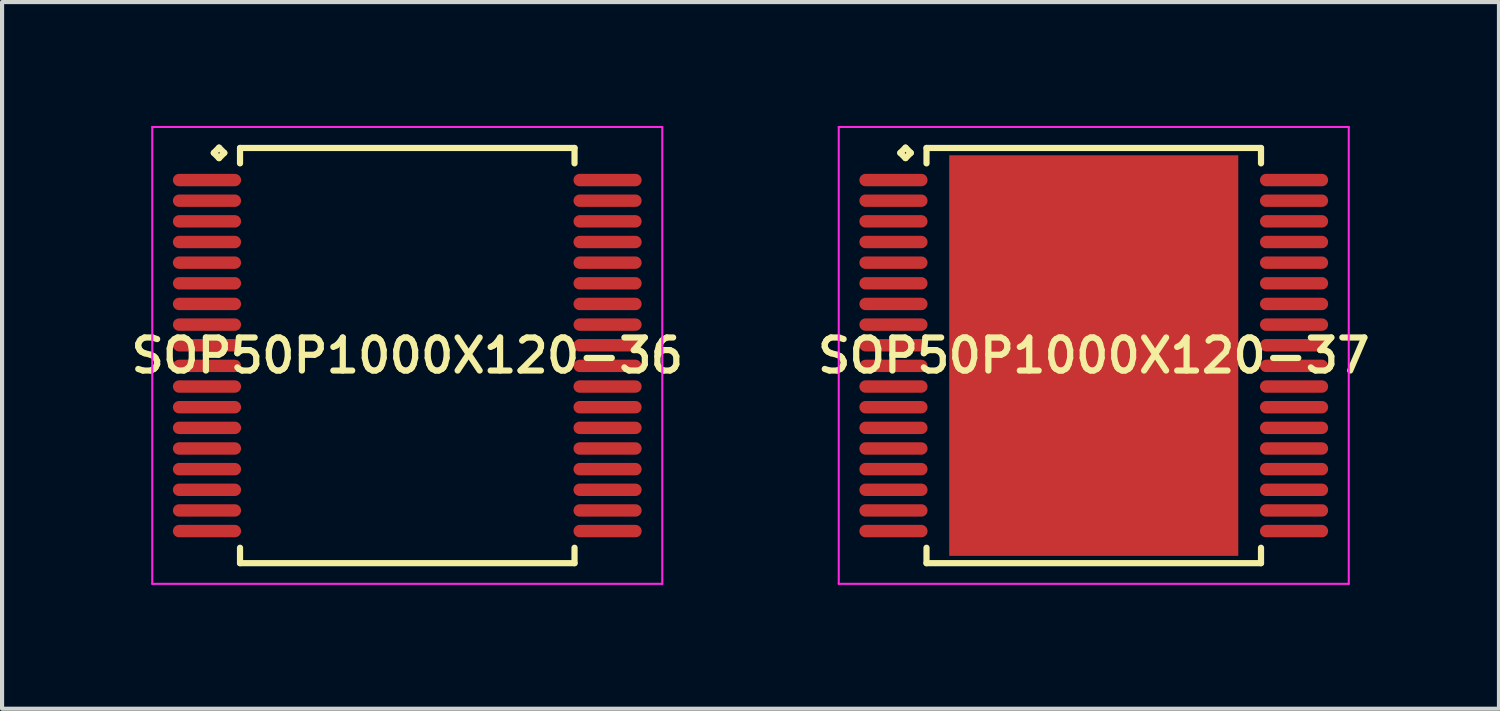
<source format=kicad_pcb>
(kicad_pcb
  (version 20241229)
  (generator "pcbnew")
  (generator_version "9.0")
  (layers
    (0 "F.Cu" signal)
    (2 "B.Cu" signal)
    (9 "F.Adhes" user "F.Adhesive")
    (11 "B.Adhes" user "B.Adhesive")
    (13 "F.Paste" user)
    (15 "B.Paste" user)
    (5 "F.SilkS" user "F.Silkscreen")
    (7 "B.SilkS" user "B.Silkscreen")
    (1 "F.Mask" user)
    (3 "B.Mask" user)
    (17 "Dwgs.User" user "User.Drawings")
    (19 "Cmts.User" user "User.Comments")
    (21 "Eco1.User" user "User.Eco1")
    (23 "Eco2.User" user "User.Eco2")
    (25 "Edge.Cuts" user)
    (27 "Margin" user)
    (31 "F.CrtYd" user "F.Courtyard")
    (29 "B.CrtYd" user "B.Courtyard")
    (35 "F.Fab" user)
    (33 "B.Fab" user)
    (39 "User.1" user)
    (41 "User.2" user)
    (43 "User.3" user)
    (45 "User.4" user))
  (footprint "SOP50P1000X120-37"
    (layer "F.Cu")
    (at 23.435 5.56)
    (property "Reference" "SOP50P1000X120-37" (at 0 0 0) (layer "F.SilkS") (effects (font (size 0.8 0.8) (thickness 0.15))))
    (attr smd)
    (fp_line (start -4.685 -4.908) (end -4.558 -5.035) (stroke (width 0.15) (type solid)) (layer "F.SilkS"))
    (fp_line (start -4.558 -5.035) (end -4.431 -4.908) (stroke (width 0.15) (type solid)) (layer "F.SilkS"))
    (fp_line (start -4.558 -4.781) (end -4.685 -4.908) (stroke (width 0.15) (type solid)) (layer "F.SilkS"))
    (fp_line (start -4.431 -4.908) (end -4.558 -4.781) (stroke (width 0.15) (type solid)) (layer "F.SilkS"))
    (fp_line (start -4.05 -5.027) (end 4.05 -5.027) (stroke (width 0.15) (type solid)) (layer "F.SilkS"))
    (fp_line (start -4.05 -4.654) (end -4.05 -5.027) (stroke (width 0.15) (type solid)) (layer "F.SilkS"))
    (fp_line (start -4.05 4.654) (end -4.05 5.027) (stroke (width 0.15) (type solid)) (layer "F.SilkS"))
    (fp_line (start -4.05 5.027) (end 4.05 5.027) (stroke (width 0.15) (type solid)) (layer "F.SilkS"))
    (fp_line (start 4.05 -5.027) (end 4.05 -4.654) (stroke (width 0.15) (type solid)) (layer "F.SilkS"))
    (fp_line (start 4.05 5.027) (end 4.05 4.654) (stroke (width 0.15) (type solid)) (layer "F.SilkS"))
    (fp_line (start -6.175 -5.535) (end 6.175 -5.535) (stroke (width 0.05) (type solid)) (layer "F.CrtYd"))
    (fp_line (start -6.175 5.527) (end -6.175 -5.535) (stroke (width 0.05) (type solid)) (layer "F.CrtYd"))
    (fp_line (start 6.175 -5.535) (end 6.175 5.527) (stroke (width 0.05) (type solid)) (layer "F.CrtYd"))
    (fp_line (start 6.175 5.527) (end -6.175 5.527) (stroke (width 0.05) (type solid)) (layer "F.CrtYd"))
    (pad "1" smd oval (at -4.85 -4.25) (size 1.65 0.3) (layers "F.Cu" "F.Mask" "F.Paste"))
    (pad "2" smd oval (at -4.85 -3.75) (size 1.65 0.3) (layers "F.Cu" "F.Mask" "F.Paste"))
    (pad "3" smd oval (at -4.85 -3.25) (size 1.65 0.3) (layers "F.Cu" "F.Mask" "F.Paste"))
    (pad "4" smd oval (at -4.85 -2.75) (size 1.65 0.3) (layers "F.Cu" "F.Mask" "F.Paste"))
    (pad "5" smd oval (at -4.85 -2.25) (size 1.65 0.3) (layers "F.Cu" "F.Mask" "F.Paste"))
    (pad "6" smd oval (at -4.85 -1.75) (size 1.65 0.3) (layers "F.Cu" "F.Mask" "F.Paste"))
    (pad "7" smd oval (at -4.85 -1.25) (size 1.65 0.3) (layers "F.Cu" "F.Mask" "F.Paste"))
    (pad "8" smd oval (at -4.85 -0.75) (size 1.65 0.3) (layers "F.Cu" "F.Mask" "F.Paste"))
    (pad "9" smd oval (at -4.85 -0.25) (size 1.65 0.3) (layers "F.Cu" "F.Mask" "F.Paste"))
    (pad "10" smd oval (at -4.85 0.25) (size 1.65 0.3) (layers "F.Cu" "F.Mask" "F.Paste"))
    (pad "11" smd oval (at -4.85 0.75) (size 1.65 0.3) (layers "F.Cu" "F.Mask" "F.Paste"))
    (pad "12" smd oval (at -4.85 1.25) (size 1.65 0.3) (layers "F.Cu" "F.Mask" "F.Paste"))
    (pad "13" smd oval (at -4.85 1.75) (size 1.65 0.3) (layers "F.Cu" "F.Mask" "F.Paste"))
    (pad "14" smd oval (at -4.85 2.25) (size 1.65 0.3) (layers "F.Cu" "F.Mask" "F.Paste"))
    (pad "15" smd oval (at -4.85 2.75) (size 1.65 0.3) (layers "F.Cu" "F.Mask" "F.Paste"))
    (pad "16" smd oval (at -4.85 3.25) (size 1.65 0.3) (layers "F.Cu" "F.Mask" "F.Paste"))
    (pad "17" smd oval (at -4.85 3.75) (size 1.65 0.3) (layers "F.Cu" "F.Mask" "F.Paste"))
    (pad "18" smd oval (at -4.85 4.25) (size 1.65 0.3) (layers "F.Cu" "F.Mask" "F.Paste"))
    (pad "19" smd oval (at 4.85 4.25) (size 1.65 0.3) (layers "F.Cu" "F.Mask" "F.Paste"))
    (pad "20" smd oval (at 4.85 3.75) (size 1.65 0.3) (layers "F.Cu" "F.Mask" "F.Paste"))
    (pad "21" smd oval (at 4.85 3.25) (size 1.65 0.3) (layers "F.Cu" "F.Mask" "F.Paste"))
    (pad "22" smd oval (at 4.85 2.75) (size 1.65 0.3) (layers "F.Cu" "F.Mask" "F.Paste"))
    (pad "23" smd oval (at 4.85 2.25) (size 1.65 0.3) (layers "F.Cu" "F.Mask" "F.Paste"))
    (pad "24" smd oval (at 4.85 1.75) (size 1.65 0.3) (layers "F.Cu" "F.Mask" "F.Paste"))
    (pad "25" smd oval (at 4.85 1.25) (size 1.65 0.3) (layers "F.Cu" "F.Mask" "F.Paste"))
    (pad "26" smd oval (at 4.85 0.75) (size 1.65 0.3) (layers "F.Cu" "F.Mask" "F.Paste"))
    (pad "27" smd oval (at 4.85 0.25) (size 1.65 0.3) (layers "F.Cu" "F.Mask" "F.Paste"))
    (pad "28" smd oval (at 4.85 -0.25) (size 1.65 0.3) (layers "F.Cu" "F.Mask" "F.Paste"))
    (pad "29" smd oval (at 4.85 -0.75) (size 1.65 0.3) (layers "F.Cu" "F.Mask" "F.Paste"))
    (pad "30" smd oval (at 4.85 -1.25) (size 1.65 0.3) (layers "F.Cu" "F.Mask" "F.Paste"))
    (pad "31" smd oval (at 4.85 -1.75) (size 1.65 0.3) (layers "F.Cu" "F.Mask" "F.Paste"))
    (pad "32" smd oval (at 4.85 -2.25) (size 1.65 0.3) (layers "F.Cu" "F.Mask" "F.Paste"))
    (pad "33" smd oval (at 4.85 -2.75) (size 1.65 0.3) (layers "F.Cu" "F.Mask" "F.Paste"))
    (pad "34" smd oval (at 4.85 -3.25) (size 1.65 0.3) (layers "F.Cu" "F.Mask" "F.Paste"))
    (pad "35" smd oval (at 4.85 -3.75) (size 1.65 0.3) (layers "F.Cu" "F.Mask" "F.Paste"))
    (pad "36" smd oval (at 4.85 -4.25) (size 1.65 0.3) (layers "F.Cu" "F.Mask" "F.Paste"))
    (pad "37" smd rect (at 0 0) (size 7 9.7) (layers "F.Cu" "F.Mask" "F.Paste")))
  (footprint "SOP50P1000X120-36"
    (layer "F.Cu")
    (at 6.812 5.56)
    (property "Reference" "SOP50P1000X120-36" (at 0 0 0) (layer "F.SilkS") (effects (font (size 0.8 0.8) (thickness 0.15))))
    (attr smd)
    (fp_line (start -4.685 -4.908) (end -4.558 -5.035) (stroke (width 0.15) (type solid)) (layer "F.SilkS"))
    (fp_line (start -4.558 -5.035) (end -4.431 -4.908) (stroke (width 0.15) (type solid)) (layer "F.SilkS"))
    (fp_line (start -4.558 -4.781) (end -4.685 -4.908) (stroke (width 0.15) (type solid)) (layer "F.SilkS"))
    (fp_line (start -4.431 -4.908) (end -4.558 -4.781) (stroke (width 0.15) (type solid)) (layer "F.SilkS"))
    (fp_line (start -4.05 -5.027) (end 4.05 -5.027) (stroke (width 0.15) (type solid)) (layer "F.SilkS"))
    (fp_line (start -4.05 -4.654) (end -4.05 -5.027) (stroke (width 0.15) (type solid)) (layer "F.SilkS"))
    (fp_line (start -4.05 4.654) (end -4.05 5.027) (stroke (width 0.15) (type solid)) (layer "F.SilkS"))
    (fp_line (start -4.05 5.027) (end 4.05 5.027) (stroke (width 0.15) (type solid)) (layer "F.SilkS"))
    (fp_line (start 4.05 -5.027) (end 4.05 -4.654) (stroke (width 0.15) (type solid)) (layer "F.SilkS"))
    (fp_line (start 4.05 5.027) (end 4.05 4.654) (stroke (width 0.15) (type solid)) (layer "F.SilkS"))
    (fp_line (start -6.175 -5.535) (end 6.175 -5.535) (stroke (width 0.05) (type solid)) (layer "F.CrtYd"))
    (fp_line (start -6.175 5.527) (end -6.175 -5.535) (stroke (width 0.05) (type solid)) (layer "F.CrtYd"))
    (fp_line (start 6.175 -5.535) (end 6.175 5.527) (stroke (width 0.05) (type solid)) (layer "F.CrtYd"))
    (fp_line (start 6.175 5.527) (end -6.175 5.527) (stroke (width 0.05) (type solid)) (layer "F.CrtYd"))
    (pad "1" smd oval (at -4.85 -4.25) (size 1.65 0.3) (layers "F.Cu" "F.Mask" "F.Paste"))
    (pad "2" smd oval (at -4.85 -3.75) (size 1.65 0.3) (layers "F.Cu" "F.Mask" "F.Paste"))
    (pad "3" smd oval (at -4.85 -3.25) (size 1.65 0.3) (layers "F.Cu" "F.Mask" "F.Paste"))
    (pad "4" smd oval (at -4.85 -2.75) (size 1.65 0.3) (layers "F.Cu" "F.Mask" "F.Paste"))
    (pad "5" smd oval (at -4.85 -2.25) (size 1.65 0.3) (layers "F.Cu" "F.Mask" "F.Paste"))
    (pad "6" smd oval (at -4.85 -1.75) (size 1.65 0.3) (layers "F.Cu" "F.Mask" "F.Paste"))
    (pad "7" smd oval (at -4.85 -1.25) (size 1.65 0.3) (layers "F.Cu" "F.Mask" "F.Paste"))
    (pad "8" smd oval (at -4.85 -0.75) (size 1.65 0.3) (layers "F.Cu" "F.Mask" "F.Paste"))
    (pad "9" smd oval (at -4.85 -0.25) (size 1.65 0.3) (layers "F.Cu" "F.Mask" "F.Paste"))
    (pad "10" smd oval (at -4.85 0.25) (size 1.65 0.3) (layers "F.Cu" "F.Mask" "F.Paste"))
    (pad "11" smd oval (at -4.85 0.75) (size 1.65 0.3) (layers "F.Cu" "F.Mask" "F.Paste"))
    (pad "12" smd oval (at -4.85 1.25) (size 1.65 0.3) (layers "F.Cu" "F.Mask" "F.Paste"))
    (pad "13" smd oval (at -4.85 1.75) (size 1.65 0.3) (layers "F.Cu" "F.Mask" "F.Paste"))
    (pad "14" smd oval (at -4.85 2.25) (size 1.65 0.3) (layers "F.Cu" "F.Mask" "F.Paste"))
    (pad "15" smd oval (at -4.85 2.75) (size 1.65 0.3) (layers "F.Cu" "F.Mask" "F.Paste"))
    (pad "16" smd oval (at -4.85 3.25) (size 1.65 0.3) (layers "F.Cu" "F.Mask" "F.Paste"))
    (pad "17" smd oval (at -4.85 3.75) (size 1.65 0.3) (layers "F.Cu" "F.Mask" "F.Paste"))
    (pad "18" smd oval (at -4.85 4.25) (size 1.65 0.3) (layers "F.Cu" "F.Mask" "F.Paste"))
    (pad "19" smd oval (at 4.85 4.25) (size 1.65 0.3) (layers "F.Cu" "F.Mask" "F.Paste"))
    (pad "20" smd oval (at 4.85 3.75) (size 1.65 0.3) (layers "F.Cu" "F.Mask" "F.Paste"))
    (pad "21" smd oval (at 4.85 3.25) (size 1.65 0.3) (layers "F.Cu" "F.Mask" "F.Paste"))
    (pad "22" smd oval (at 4.85 2.75) (size 1.65 0.3) (layers "F.Cu" "F.Mask" "F.Paste"))
    (pad "23" smd oval (at 4.85 2.25) (size 1.65 0.3) (layers "F.Cu" "F.Mask" "F.Paste"))
    (pad "24" smd oval (at 4.85 1.75) (size 1.65 0.3) (layers "F.Cu" "F.Mask" "F.Paste"))
    (pad "25" smd oval (at 4.85 1.25) (size 1.65 0.3) (layers "F.Cu" "F.Mask" "F.Paste"))
    (pad "26" smd oval (at 4.85 0.75) (size 1.65 0.3) (layers "F.Cu" "F.Mask" "F.Paste"))
    (pad "27" smd oval (at 4.85 0.25) (size 1.65 0.3) (layers "F.Cu" "F.Mask" "F.Paste"))
    (pad "28" smd oval (at 4.85 -0.25) (size 1.65 0.3) (layers "F.Cu" "F.Mask" "F.Paste"))
    (pad "29" smd oval (at 4.85 -0.75) (size 1.65 0.3) (layers "F.Cu" "F.Mask" "F.Paste"))
    (pad "30" smd oval (at 4.85 -1.25) (size 1.65 0.3) (layers "F.Cu" "F.Mask" "F.Paste"))
    (pad "31" smd oval (at 4.85 -1.75) (size 1.65 0.3) (layers "F.Cu" "F.Mask" "F.Paste"))
    (pad "32" smd oval (at 4.85 -2.25) (size 1.65 0.3) (layers "F.Cu" "F.Mask" "F.Paste"))
    (pad "33" smd oval (at 4.85 -2.75) (size 1.65 0.3) (layers "F.Cu" "F.Mask" "F.Paste"))
    (pad "34" smd oval (at 4.85 -3.25) (size 1.65 0.3) (layers "F.Cu" "F.Mask" "F.Paste"))
    (pad "35" smd oval (at 4.85 -3.75) (size 1.65 0.3) (layers "F.Cu" "F.Mask" "F.Paste"))
    (pad "36" smd oval (at 4.85 -4.25) (size 1.65 0.3) (layers "F.Cu" "F.Mask" "F.Paste")))
  (gr_rect
    (start -3 -3)
    (end 33.247 14.112)
    (stroke (width 0.1) (type default))
    (fill no)
    (layer "Edge.Cuts")))
</source>
